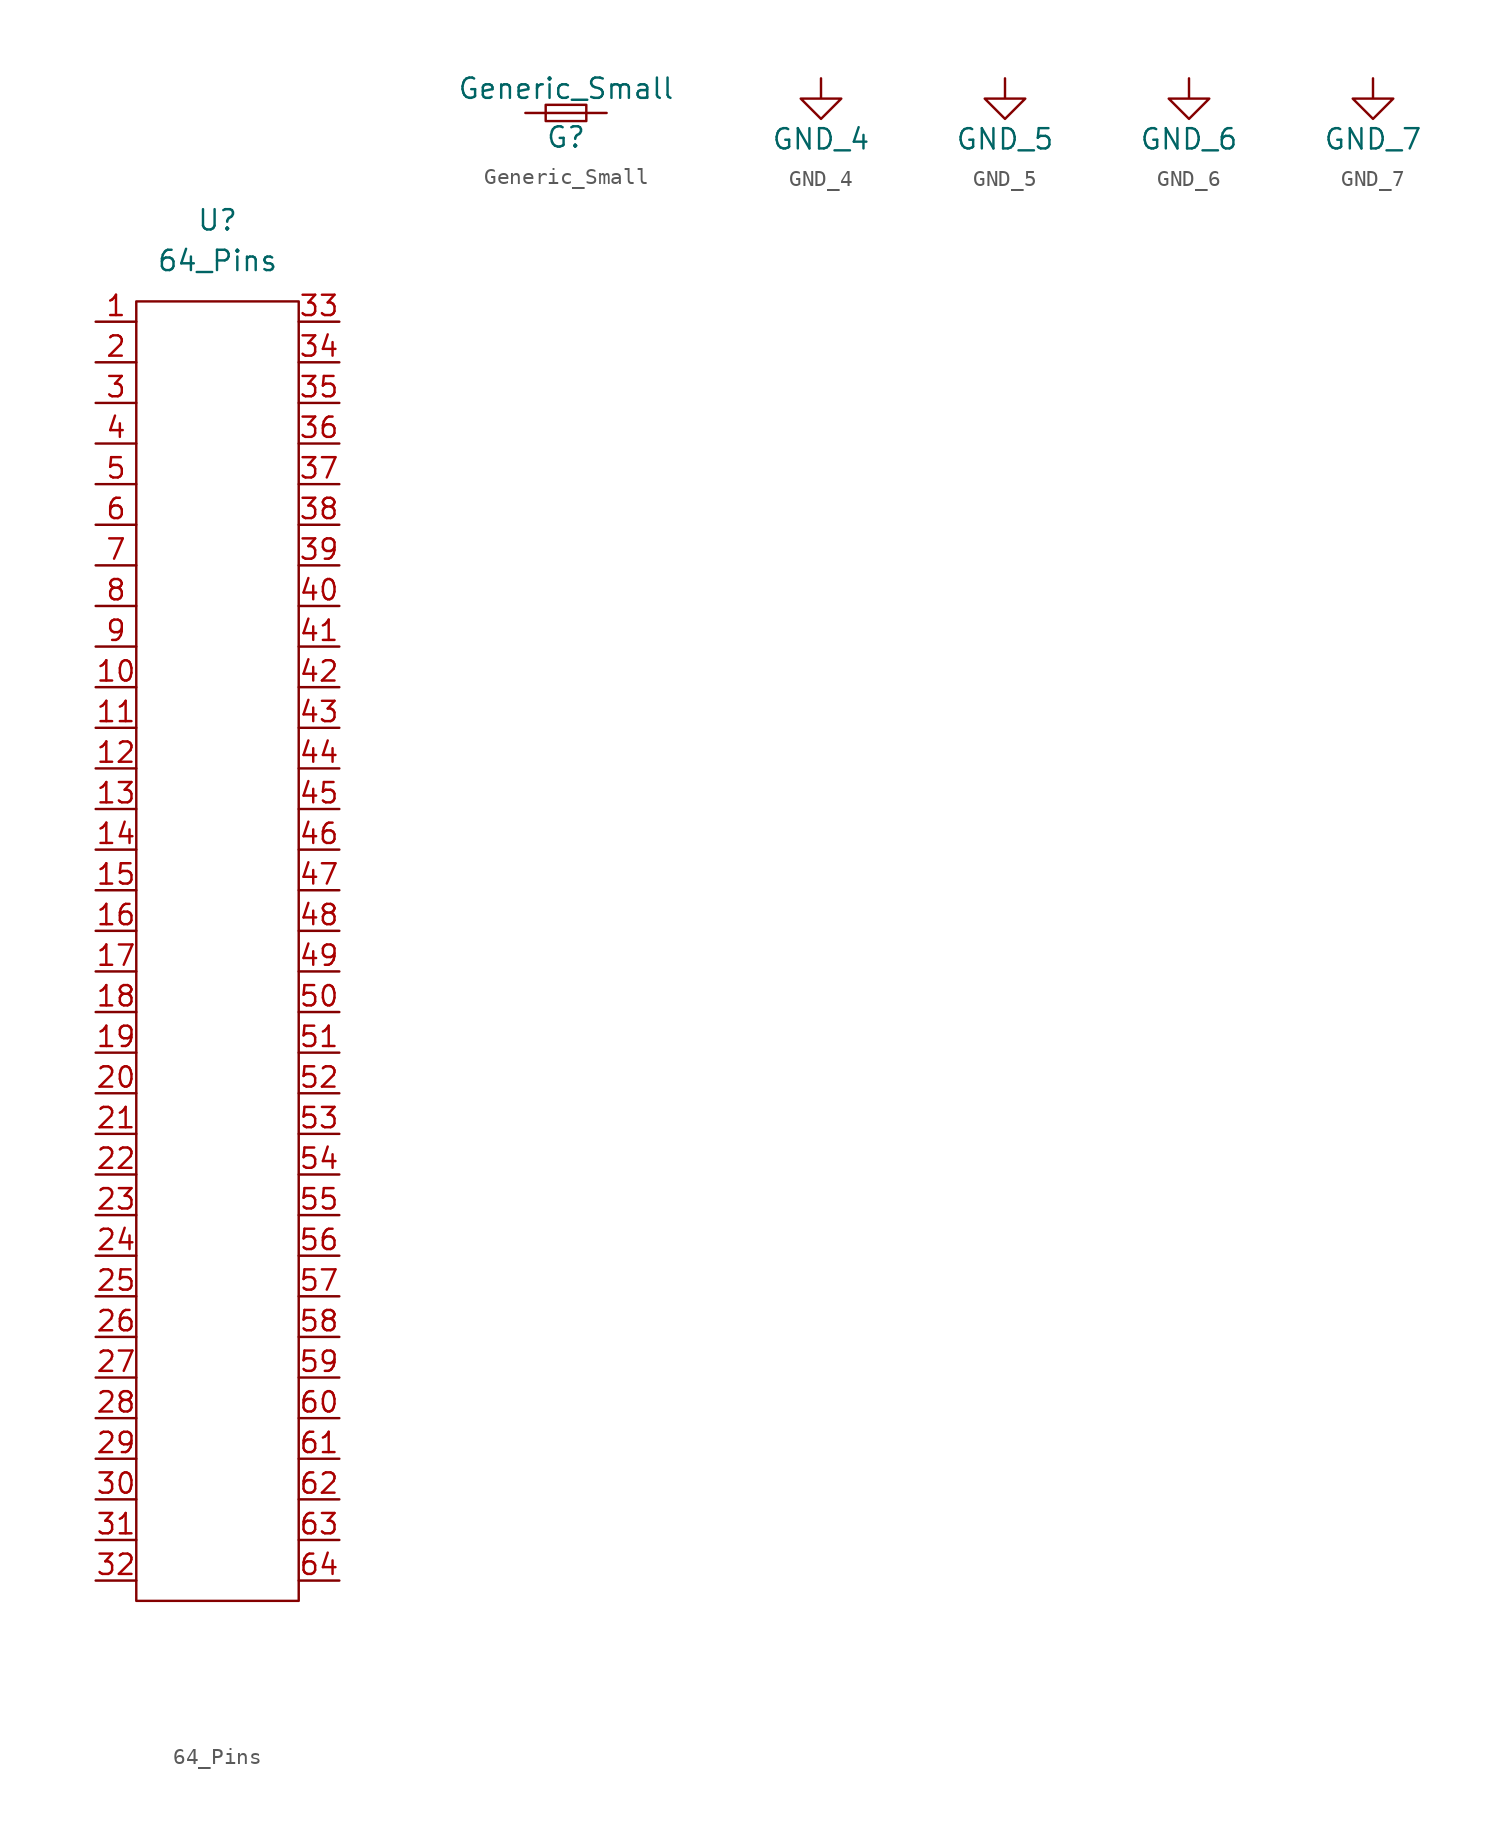
<source format=kicad_sym>
(kicad_symbol_lib
  (version 20211014)
  (generator kicad_symbol_editor)
  (symbol "64_Pins"
    (property "Reference" "U"
      (at 7.62 6.35 0)
      (effects (font (size 1.27 1.27))))
    (property "Value" "64_Pins"
      (at 7.62 3.81 0)
      (effects (font (size 1.27 1.27))))
    (symbol "64_Pins_0_0"
      (pin passive line (at 0 0 0) (length 2.54) (name "" (effects (font (size 1.27 1.27)))) (number "1" (effects (font (size 1.27 1.27)))))
      (pin passive line (at 0 -22.86 0) (length 2.54) (name "" (effects (font (size 1.27 1.27)))) (number "10" (effects (font (size 1.27 1.27)))))
      (pin passive line (at 0 -25.4 0) (length 2.54) (name "" (effects (font (size 1.27 1.27)))) (number "11" (effects (font (size 1.27 1.27)))))
      (pin passive line (at 0 -27.94 0) (length 2.54) (name "" (effects (font (size 1.27 1.27)))) (number "12" (effects (font (size 1.27 1.27)))))
      (pin passive line (at 0 -30.48 0) (length 2.54) (name "" (effects (font (size 1.27 1.27)))) (number "13" (effects (font (size 1.27 1.27)))))
      (pin passive line (at 0 -33.02 0) (length 2.54) (name "" (effects (font (size 1.27 1.27)))) (number "14" (effects (font (size 1.27 1.27)))))
      (pin passive line (at 0 -35.56 0) (length 2.54) (name "" (effects (font (size 1.27 1.27)))) (number "15" (effects (font (size 1.27 1.27)))))
      (pin passive line (at 0 -38.1 0) (length 2.54) (name "" (effects (font (size 1.27 1.27)))) (number "16" (effects (font (size 1.27 1.27)))))
      (pin passive line (at 0 -40.64 0) (length 2.54) (name "" (effects (font (size 1.27 1.27)))) (number "17" (effects (font (size 1.27 1.27)))))
      (pin passive line (at 0 -43.18 0) (length 2.54) (name "" (effects (font (size 1.27 1.27)))) (number "18" (effects (font (size 1.27 1.27)))))
      (pin passive line (at 0 -45.72 0) (length 2.54) (name "" (effects (font (size 1.27 1.27)))) (number "19" (effects (font (size 1.27 1.27)))))
      (pin passive line (at 0 -2.54 0) (length 2.54) (name "" (effects (font (size 1.27 1.27)))) (number "2" (effects (font (size 1.27 1.27)))))
      (pin passive line (at 0 -48.26 0) (length 2.54) (name "" (effects (font (size 1.27 1.27)))) (number "20" (effects (font (size 1.27 1.27)))))
      (pin passive line (at 0 -50.8 0) (length 2.54) (name "" (effects (font (size 1.27 1.27)))) (number "21" (effects (font (size 1.27 1.27)))))
      (pin passive line (at 0 -53.34 0) (length 2.54) (name "" (effects (font (size 1.27 1.27)))) (number "22" (effects (font (size 1.27 1.27)))))
      (pin passive line (at 0 -55.88 0) (length 2.54) (name "" (effects (font (size 1.27 1.27)))) (number "23" (effects (font (size 1.27 1.27)))))
      (pin passive line (at 0 -58.42 0) (length 2.54) (name "" (effects (font (size 1.27 1.27)))) (number "24" (effects (font (size 1.27 1.27)))))
      (pin passive line (at 0 -60.96 0) (length 2.54) (name "" (effects (font (size 1.27 1.27)))) (number "25" (effects (font (size 1.27 1.27)))))
      (pin passive line (at 0 -63.5 0) (length 2.54) (name "" (effects (font (size 1.27 1.27)))) (number "26" (effects (font (size 1.27 1.27)))))
      (pin passive line (at 0 -66.04 0) (length 2.54) (name "" (effects (font (size 1.27 1.27)))) (number "27" (effects (font (size 1.27 1.27)))))
      (pin passive line (at 0 -68.58 0) (length 2.54) (name "" (effects (font (size 1.27 1.27)))) (number "28" (effects (font (size 1.27 1.27)))))
      (pin passive line (at 0 -71.12 0) (length 2.54) (name "" (effects (font (size 1.27 1.27)))) (number "29" (effects (font (size 1.27 1.27)))))
      (pin passive line (at 0 -5.08 0) (length 2.54) (name "" (effects (font (size 1.27 1.27)))) (number "3" (effects (font (size 1.27 1.27)))))
      (pin passive line (at 0 -73.66 0) (length 2.54) (name "" (effects (font (size 1.27 1.27)))) (number "30" (effects (font (size 1.27 1.27)))))
      (pin passive line (at 0 -76.2 0) (length 2.54) (name "" (effects (font (size 1.27 1.27)))) (number "31" (effects (font (size 1.27 1.27)))))
      (pin passive line (at 0 -78.74 0) (length 2.54) (name "" (effects (font (size 1.27 1.27)))) (number "32" (effects (font (size 1.27 1.27)))))
      (pin passive line (at 15.24 0 180) (length 2.54) (name "" (effects (font (size 1.27 1.27)))) (number "33" (effects (font (size 1.27 1.27)))))
      (pin passive line (at 15.24 -2.54 180) (length 2.54) (name "" (effects (font (size 1.27 1.27)))) (number "34" (effects (font (size 1.27 1.27)))))
      (pin passive line (at 15.24 -5.08 180) (length 2.54) (name "" (effects (font (size 1.27 1.27)))) (number "35" (effects (font (size 1.27 1.27)))))
      (pin passive line (at 15.24 -7.62 180) (length 2.54) (name "" (effects (font (size 1.27 1.27)))) (number "36" (effects (font (size 1.27 1.27)))))
      (pin passive line (at 15.24 -10.16 180) (length 2.54) (name "" (effects (font (size 1.27 1.27)))) (number "37" (effects (font (size 1.27 1.27)))))
      (pin passive line (at 15.24 -12.7 180) (length 2.54) (name "" (effects (font (size 1.27 1.27)))) (number "38" (effects (font (size 1.27 1.27)))))
      (pin passive line (at 15.24 -15.24 180) (length 2.54) (name "" (effects (font (size 1.27 1.27)))) (number "39" (effects (font (size 1.27 1.27)))))
      (pin passive line (at 0 -7.62 0) (length 2.54) (name "" (effects (font (size 1.27 1.27)))) (number "4" (effects (font (size 1.27 1.27)))))
      (pin passive line (at 15.24 -17.78 180) (length 2.54) (name "" (effects (font (size 1.27 1.27)))) (number "40" (effects (font (size 1.27 1.27)))))
      (pin passive line (at 15.24 -20.32 180) (length 2.54) (name "" (effects (font (size 1.27 1.27)))) (number "41" (effects (font (size 1.27 1.27)))))
      (pin passive line (at 15.24 -22.86 180) (length 2.54) (name "" (effects (font (size 1.27 1.27)))) (number "42" (effects (font (size 1.27 1.27)))))
      (pin passive line (at 15.24 -25.4 180) (length 2.54) (name "" (effects (font (size 1.27 1.27)))) (number "43" (effects (font (size 1.27 1.27)))))
      (pin passive line (at 15.24 -27.94 180) (length 2.54) (name "" (effects (font (size 1.27 1.27)))) (number "44" (effects (font (size 1.27 1.27)))))
      (pin passive line (at 15.24 -30.48 180) (length 2.54) (name "" (effects (font (size 1.27 1.27)))) (number "45" (effects (font (size 1.27 1.27)))))
      (pin passive line (at 15.24 -33.02 180) (length 2.54) (name "" (effects (font (size 1.27 1.27)))) (number "46" (effects (font (size 1.27 1.27)))))
      (pin passive line (at 15.24 -35.56 180) (length 2.54) (name "" (effects (font (size 1.27 1.27)))) (number "47" (effects (font (size 1.27 1.27)))))
      (pin passive line (at 15.24 -38.1 180) (length 2.54) (name "" (effects (font (size 1.27 1.27)))) (number "48" (effects (font (size 1.27 1.27)))))
      (pin passive line (at 15.24 -40.64 180) (length 2.54) (name "" (effects (font (size 1.27 1.27)))) (number "49" (effects (font (size 1.27 1.27)))))
      (pin passive line (at 0 -10.16 0) (length 2.54) (name "" (effects (font (size 1.27 1.27)))) (number "5" (effects (font (size 1.27 1.27)))))
      (pin passive line (at 15.24 -43.18 180) (length 2.54) (name "" (effects (font (size 1.27 1.27)))) (number "50" (effects (font (size 1.27 1.27)))))
      (pin passive line (at 15.24 -45.72 180) (length 2.54) (name "" (effects (font (size 1.27 1.27)))) (number "51" (effects (font (size 1.27 1.27)))))
      (pin passive line (at 15.24 -48.26 180) (length 2.54) (name "" (effects (font (size 1.27 1.27)))) (number "52" (effects (font (size 1.27 1.27)))))
      (pin passive line (at 15.24 -50.8 180) (length 2.54) (name "" (effects (font (size 1.27 1.27)))) (number "53" (effects (font (size 1.27 1.27)))))
      (pin passive line (at 15.24 -53.34 180) (length 2.54) (name "" (effects (font (size 1.27 1.27)))) (number "54" (effects (font (size 1.27 1.27)))))
      (pin passive line (at 15.24 -55.88 180) (length 2.54) (name "" (effects (font (size 1.27 1.27)))) (number "55" (effects (font (size 1.27 1.27)))))
      (pin passive line (at 15.24 -58.42 180) (length 2.54) (name "" (effects (font (size 1.27 1.27)))) (number "56" (effects (font (size 1.27 1.27)))))
      (pin passive line (at 15.24 -60.96 180) (length 2.54) (name "" (effects (font (size 1.27 1.27)))) (number "57" (effects (font (size 1.27 1.27)))))
      (pin passive line (at 15.24 -63.5 180) (length 2.54) (name "" (effects (font (size 1.27 1.27)))) (number "58" (effects (font (size 1.27 1.27)))))
      (pin passive line (at 15.24 -66.04 180) (length 2.54) (name "" (effects (font (size 1.27 1.27)))) (number "59" (effects (font (size 1.27 1.27)))))
      (pin passive line (at 0 -12.7 0) (length 2.54) (name "" (effects (font (size 1.27 1.27)))) (number "6" (effects (font (size 1.27 1.27)))))
      (pin passive line (at 15.24 -68.58 180) (length 2.54) (name "" (effects (font (size 1.27 1.27)))) (number "60" (effects (font (size 1.27 1.27)))))
      (pin passive line (at 15.24 -71.12 180) (length 2.54) (name "" (effects (font (size 1.27 1.27)))) (number "61" (effects (font (size 1.27 1.27)))))
      (pin passive line (at 15.24 -73.66 180) (length 2.54) (name "" (effects (font (size 1.27 1.27)))) (number "62" (effects (font (size 1.27 1.27)))))
      (pin passive line (at 15.24 -76.2 180) (length 2.54) (name "" (effects (font (size 1.27 1.27)))) (number "63" (effects (font (size 1.27 1.27)))))
      (pin passive line (at 15.24 -78.74 180) (length 2.54) (name "" (effects (font (size 1.27 1.27)))) (number "64" (effects (font (size 1.27 1.27)))))
      (pin passive line (at 0 -15.24 0) (length 2.54) (name "" (effects (font (size 1.27 1.27)))) (number "7" (effects (font (size 1.27 1.27)))))
      (pin passive line (at 0 -17.78 0) (length 2.54) (name "" (effects (font (size 1.27 1.27)))) (number "8" (effects (font (size 1.27 1.27)))))
      (pin passive line (at 0 -20.32 0) (length 2.54) (name "" (effects (font (size 1.27 1.27)))) (number "9" (effects (font (size 1.27 1.27))))))
    (symbol "64_Pins_0_1"
      (rectangle (start 2.54 1.27) (end 12.7 -80.01) (stroke (width 0.152) (type default) (color 0 0 0 0)) (fill (type none)))))
  (symbol "Generic_Small"
    (pin_numbers hide)
    (pin_names
      (offset 0.254) hide)
    (property "Reference" "G"
      (at 0 -1.524 0)
      (effects (font (size 1.27 1.27))))
    (property "Value" "Generic_Small"
      (at 0 1.524 0)
      (effects (font (size 1.27 1.27))))
    (symbol "Generic_Small_0_1"
      (rectangle (start -1.27 0.508) (end 1.27 -0.508) (stroke (width 0) (type default) (color 0 0 0 0)) (fill (type none)))
      (polyline (pts (xy -1.27 0) (xy 1.27 0)) (stroke (width 0) (type default) (color 0 0 0 0)) (fill (type none))))
    (symbol "Generic_Small_1_1"
      (pin passive line (at -2.54 0 0) (length 1.27) (name "~" (effects (font (size 1.27 1.27)))) (number "1" (effects (font (size 1.27 1.27)))))
      (pin passive line (at 2.54 0 180) (length 1.27) (name "~" (effects (font (size 1.27 1.27)))) (number "2" (effects (font (size 1.27 1.27)))))))
  (symbol "GND_4"
    (power)
    (pin_names
      (offset 0))
    (property "Reference" "#PWR"
      (at 0 -6.35 0)
      (effects (font (size 1.27 1.27)) hide))
    (property "Value" "GND_4"
      (at 0 -3.81 0)
      (effects (font (size 1.27 1.27))))
    (symbol "GND_4_0_1"
      (polyline (pts (xy 0 0) (xy 0 -1.27) (xy 1.27 -1.27) (xy 0 -2.54) (xy -1.27 -1.27) (xy 0 -1.27)) (stroke (width 0) (type default) (color 0 0 0 0)) (fill (type none))))
    (symbol "GND_4_1_1"
      (pin power_in line (at 0 0 270) (length 0) hide (name "GND_4" (effects (font (size 1.27 1.27)))) (number "1" (effects (font (size 1.27 1.27)))))))
  (symbol "GND_5"
    (power)
    (pin_names
      (offset 0))
    (property "Reference" "#PWR"
      (at 0 -6.35 0)
      (effects (font (size 1.27 1.27)) hide))
    (property "Value" "GND_5"
      (at 0 -3.81 0)
      (effects (font (size 1.27 1.27))))
    (symbol "GND_5_0_1"
      (polyline (pts (xy 0 0) (xy 0 -1.27) (xy 1.27 -1.27) (xy 0 -2.54) (xy -1.27 -1.27) (xy 0 -1.27)) (stroke (width 0) (type default) (color 0 0 0 0)) (fill (type none))))
    (symbol "GND_5_1_1"
      (pin power_in line (at 0 0 270) (length 0) hide (name "GND_5" (effects (font (size 1.27 1.27)))) (number "1" (effects (font (size 1.27 1.27)))))))
  (symbol "GND_6"
    (power)
    (pin_names
      (offset 0))
    (property "Reference" "#PWR"
      (at 0 -6.35 0)
      (effects (font (size 1.27 1.27)) hide))
    (property "Value" "GND_6"
      (at 0 -3.81 0)
      (effects (font (size 1.27 1.27))))
    (symbol "GND_6_0_1"
      (polyline (pts (xy 0 0) (xy 0 -1.27) (xy 1.27 -1.27) (xy 0 -2.54) (xy -1.27 -1.27) (xy 0 -1.27)) (stroke (width 0) (type default) (color 0 0 0 0)) (fill (type none))))
    (symbol "GND_6_1_1"
      (pin power_in line (at 0 0 270) (length 0) hide (name "GND_6" (effects (font (size 1.27 1.27)))) (number "1" (effects (font (size 1.27 1.27)))))))
  (symbol "GND_7"
    (power)
    (pin_names
      (offset 0))
    (property "Reference" "#PWR"
      (at 0 -6.35 0)
      (effects (font (size 1.27 1.27)) hide))
    (property "Value" "GND_7"
      (at 0 -3.81 0)
      (effects (font (size 1.27 1.27))))
    (symbol "GND_7_0_1"
      (polyline (pts (xy 0 0) (xy 0 -1.27) (xy 1.27 -1.27) (xy 0 -2.54) (xy -1.27 -1.27) (xy 0 -1.27)) (stroke (width 0) (type default) (color 0 0 0 0)) (fill (type none))))
    (symbol "GND_7_1_1"
      (pin power_in line (at 0 0 270) (length 0) hide (name "GND_7" (effects (font (size 1.27 1.27)))) (number "1" (effects (font (size 1.27 1.27))))))))
</source>
